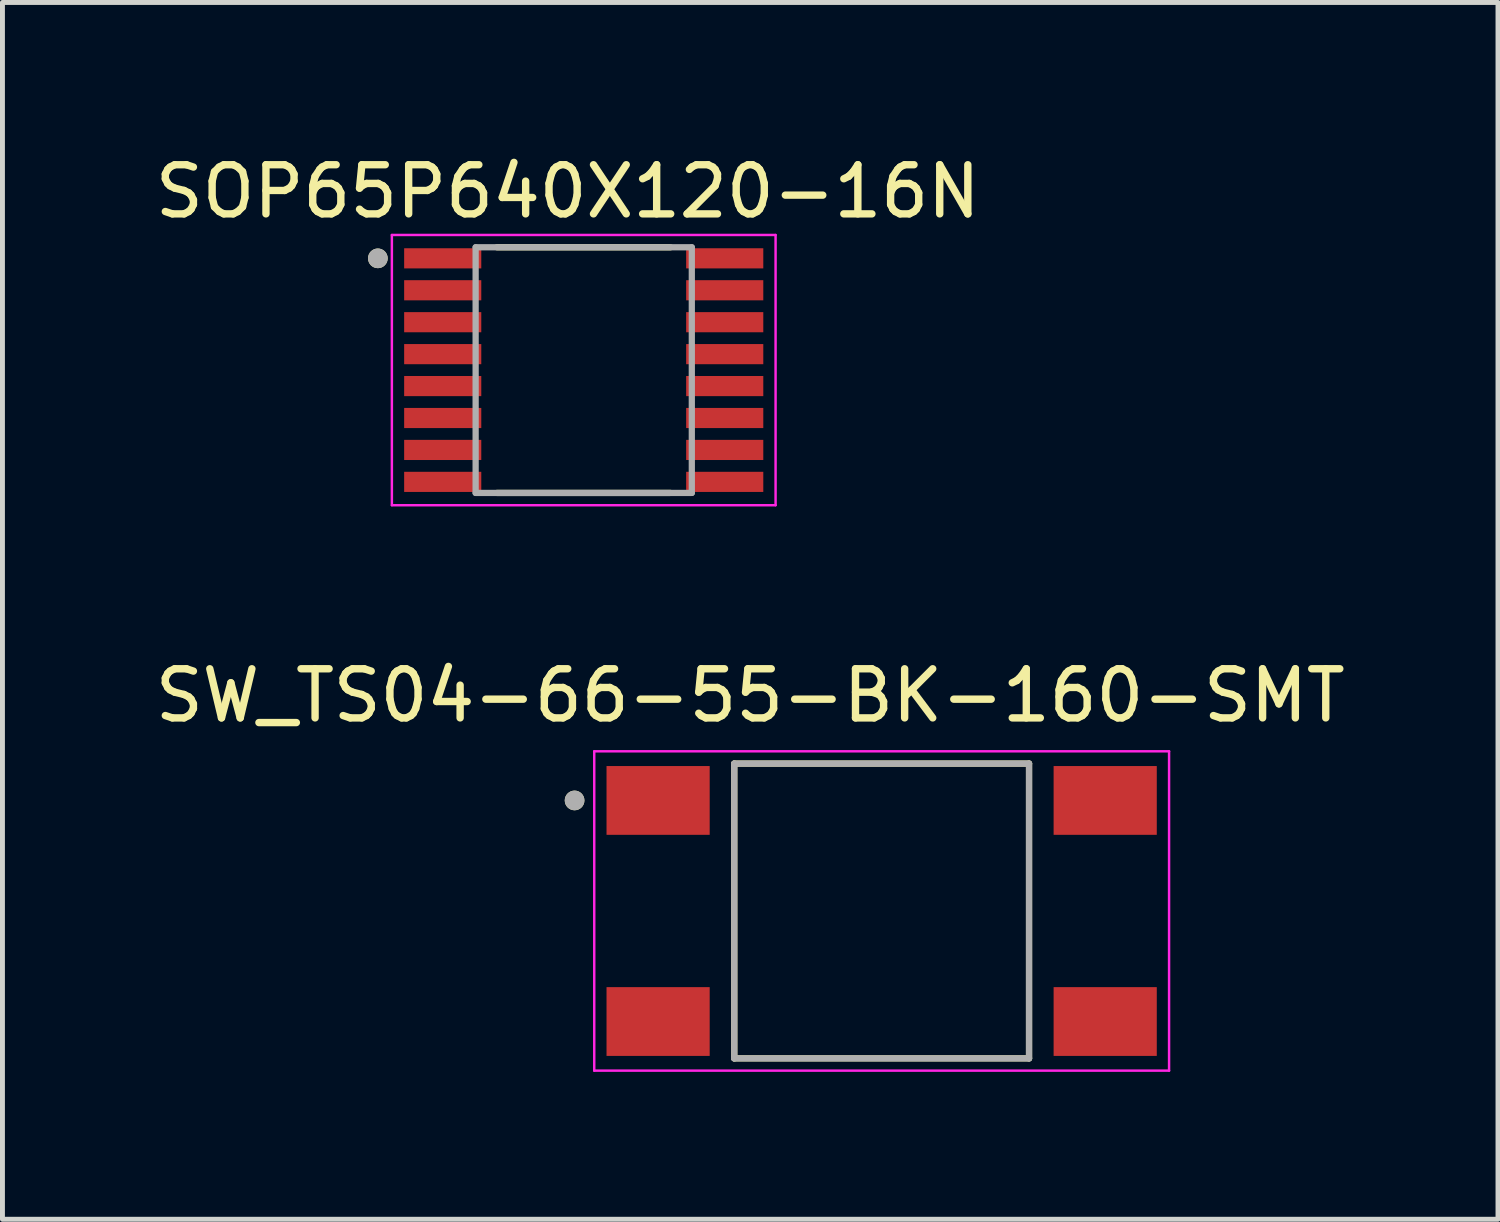
<source format=kicad_pcb>
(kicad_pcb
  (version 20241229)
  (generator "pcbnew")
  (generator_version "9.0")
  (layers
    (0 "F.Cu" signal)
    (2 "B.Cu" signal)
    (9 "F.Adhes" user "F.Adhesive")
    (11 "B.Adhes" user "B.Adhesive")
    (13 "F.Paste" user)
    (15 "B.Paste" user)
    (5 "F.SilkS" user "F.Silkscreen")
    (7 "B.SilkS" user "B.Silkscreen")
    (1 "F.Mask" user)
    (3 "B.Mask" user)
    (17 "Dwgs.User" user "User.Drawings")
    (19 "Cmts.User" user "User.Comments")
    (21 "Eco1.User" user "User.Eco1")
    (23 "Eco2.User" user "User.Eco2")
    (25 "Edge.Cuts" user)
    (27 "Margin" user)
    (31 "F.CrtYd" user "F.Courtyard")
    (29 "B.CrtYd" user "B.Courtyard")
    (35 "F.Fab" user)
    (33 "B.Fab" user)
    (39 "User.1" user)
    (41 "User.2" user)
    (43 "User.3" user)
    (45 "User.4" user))
  (footprint "SOP65P640X120-16N"
    (layer "F.Cu")
    (at 8.831 4.483)
    (property "Reference" "SOP65P640X120-16N" (at -0.325 -3.635 0) (layer "F.SilkS") (effects (font (size 1 1) (thickness 0.15))))
    (attr through_hole)
    (fp_line (start -1.765 -2.5) (end 1.765 -2.5) (stroke (width 0.127) (type solid)) (layer "F.SilkS"))
    (fp_line (start 1.765 2.5) (end -1.765 2.5) (stroke (width 0.127) (type solid)) (layer "F.SilkS"))
    (fp_circle (center -4.19 -2.275) (end -4.09 -2.275) (stroke (width 0.2) (type solid)) (fill no) (layer "F.SilkS"))
    (fp_line (start -3.905 -2.75) (end -3.905 2.75) (stroke (width 0.05) (type solid)) (layer "F.CrtYd"))
    (fp_line (start -3.905 -2.75) (end 3.905 -2.75) (stroke (width 0.05) (type solid)) (layer "F.CrtYd"))
    (fp_line (start -3.905 2.75) (end 3.905 2.75) (stroke (width 0.05) (type solid)) (layer "F.CrtYd"))
    (fp_line (start 3.905 -2.75) (end 3.905 2.75) (stroke (width 0.05) (type solid)) (layer "F.CrtYd"))
    (fp_line (start -2.2 -2.5) (end -2.2 2.5) (stroke (width 0.127) (type solid)) (layer "F.Fab"))
    (fp_line (start -2.2 -2.5) (end 2.2 -2.5) (stroke (width 0.127) (type solid)) (layer "F.Fab"))
    (fp_line (start -2.2 2.5) (end 2.2 2.5) (stroke (width 0.127) (type solid)) (layer "F.Fab"))
    (fp_line (start 2.2 -2.5) (end 2.2 2.5) (stroke (width 0.127) (type solid)) (layer "F.Fab"))
    (fp_circle (center -4.19 -2.275) (end -4.09 -2.275) (stroke (width 0.2) (type solid)) (fill no) (layer "F.Fab"))
    (pad "1" smd rect (at -2.87 -2.275) (size 1.57 0.41) (layers "F.Cu" "F.Mask" "F.Paste"))
    (pad "2" smd rect (at -2.87 -1.625) (size 1.57 0.41) (layers "F.Cu" "F.Mask" "F.Paste"))
    (pad "3" smd rect (at -2.87 -0.975) (size 1.57 0.41) (layers "F.Cu" "F.Mask" "F.Paste"))
    (pad "4" smd rect (at -2.87 -0.325) (size 1.57 0.41) (layers "F.Cu" "F.Mask" "F.Paste"))
    (pad "5" smd rect (at -2.87 0.325) (size 1.57 0.41) (layers "F.Cu" "F.Mask" "F.Paste"))
    (pad "6" smd rect (at -2.87 0.975) (size 1.57 0.41) (layers "F.Cu" "F.Mask" "F.Paste"))
    (pad "7" smd rect (at -2.87 1.625) (size 1.57 0.41) (layers "F.Cu" "F.Mask" "F.Paste"))
    (pad "8" smd rect (at -2.87 2.275) (size 1.57 0.41) (layers "F.Cu" "F.Mask" "F.Paste"))
    (pad "9" smd rect (at 2.87 2.275) (size 1.57 0.41) (layers "F.Cu" "F.Mask" "F.Paste"))
    (pad "10" smd rect (at 2.87 1.625) (size 1.57 0.41) (layers "F.Cu" "F.Mask" "F.Paste"))
    (pad "11" smd rect (at 2.87 0.975) (size 1.57 0.41) (layers "F.Cu" "F.Mask" "F.Paste"))
    (pad "12" smd rect (at 2.87 0.325) (size 1.57 0.41) (layers "F.Cu" "F.Mask" "F.Paste"))
    (pad "13" smd rect (at 2.87 -0.325) (size 1.57 0.41) (layers "F.Cu" "F.Mask" "F.Paste"))
    (pad "14" smd rect (at 2.87 -0.975) (size 1.57 0.41) (layers "F.Cu" "F.Mask" "F.Paste"))
    (pad "15" smd rect (at 2.87 -1.625) (size 1.57 0.41) (layers "F.Cu" "F.Mask" "F.Paste"))
    (pad "16" smd rect (at 2.87 -2.275) (size 1.57 0.41) (layers "F.Cu" "F.Mask" "F.Paste")))
  (footprint "SW_TS04-66-55-BK-160-SMT"
    (layer "F.Cu")
    (at 14.895 15.492)
    (property "Reference" "SW_TS04-66-55-BK-160-SMT" (at -2.675 -4.385 0) (layer "F.SilkS") (effects (font (size 1 1) (thickness 0.15))))
    (attr through_hole)
    (fp_line (start -3 -3) (end -3 3) (stroke (width 0.127) (type solid)) (layer "F.SilkS"))
    (fp_line (start -3 3) (end 3 3) (stroke (width 0.127) (type solid)) (layer "F.SilkS"))
    (fp_line (start 3 -3) (end -3 -3) (stroke (width 0.127) (type solid)) (layer "F.SilkS"))
    (fp_line (start 3 3) (end 3 -3) (stroke (width 0.127) (type solid)) (layer "F.SilkS"))
    (fp_circle (center -6.25 -2.25) (end -6.15 -2.25) (stroke (width 0.2) (type solid)) (fill no) (layer "F.SilkS"))
    (fp_line (start -5.85 -3.25) (end -5.85 3.25) (stroke (width 0.05) (type solid)) (layer "F.CrtYd"))
    (fp_line (start -5.85 3.25) (end 5.85 3.25) (stroke (width 0.05) (type solid)) (layer "F.CrtYd"))
    (fp_line (start 5.85 -3.25) (end -5.85 -3.25) (stroke (width 0.05) (type solid)) (layer "F.CrtYd"))
    (fp_line (start 5.85 3.25) (end 5.85 -3.25) (stroke (width 0.05) (type solid)) (layer "F.CrtYd"))
    (fp_line (start -3 -3) (end -3 3) (stroke (width 0.127) (type solid)) (layer "F.Fab"))
    (fp_line (start -3 3) (end 3 3) (stroke (width 0.127) (type solid)) (layer "F.Fab"))
    (fp_line (start 3 -3) (end -3 -3) (stroke (width 0.127) (type solid)) (layer "F.Fab"))
    (fp_line (start 3 3) (end 3 -3) (stroke (width 0.127) (type solid)) (layer "F.Fab"))
    (fp_circle (center -6.25 -2.25) (end -6.15 -2.25) (stroke (width 0.2) (type solid)) (fill no) (layer "F.Fab"))
    (pad "1" smd rect (at -4.55 -2.25) (size 2.1 1.4) (layers "F.Cu" "F.Mask" "F.Paste"))
    (pad "2" smd rect (at -4.55 2.25) (size 2.1 1.4) (layers "F.Cu" "F.Mask" "F.Paste"))
    (pad "3" smd rect (at 4.55 -2.25) (size 2.1 1.4) (layers "F.Cu" "F.Mask" "F.Paste"))
    (pad "4" smd rect (at 4.55 2.25) (size 2.1 1.4) (layers "F.Cu" "F.Mask" "F.Paste")))
  (gr_rect
    (start -3 -3)
    (end 27.44 21.767)
    (stroke (width 0.1) (type default))
    (fill no)
    (layer "Edge.Cuts")))
</source>
